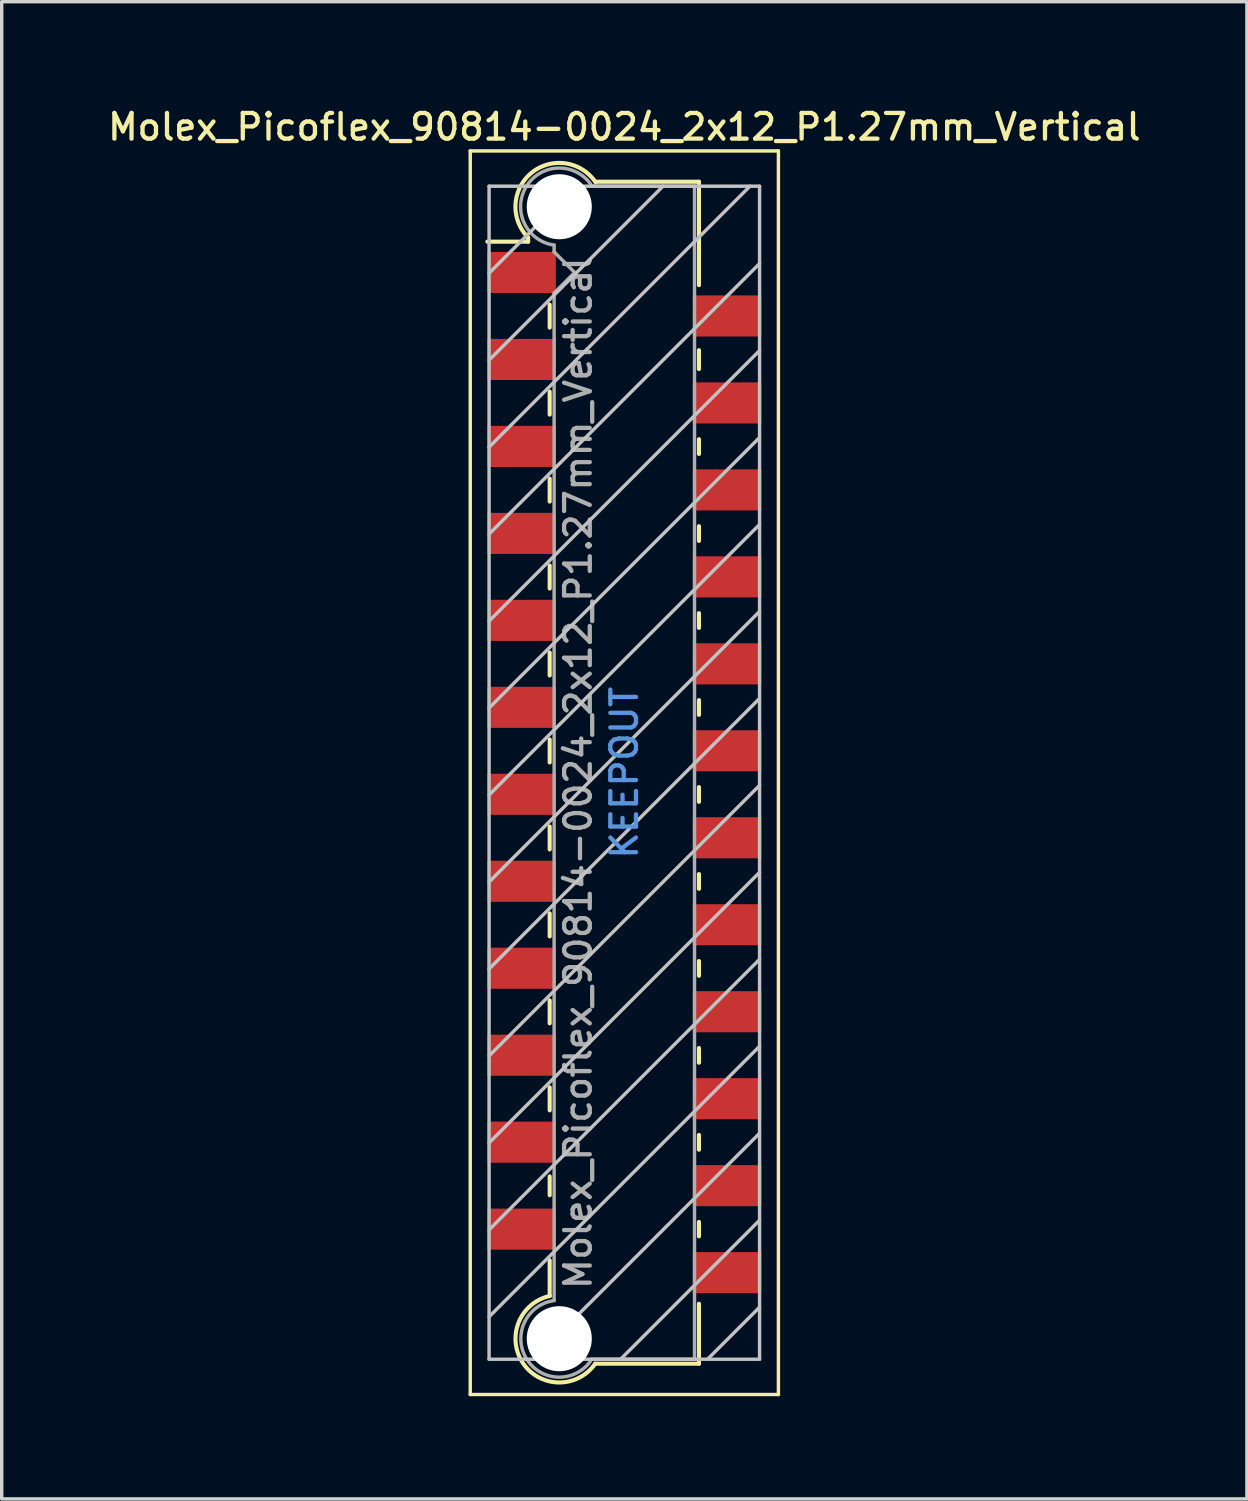
<source format=kicad_pcb>
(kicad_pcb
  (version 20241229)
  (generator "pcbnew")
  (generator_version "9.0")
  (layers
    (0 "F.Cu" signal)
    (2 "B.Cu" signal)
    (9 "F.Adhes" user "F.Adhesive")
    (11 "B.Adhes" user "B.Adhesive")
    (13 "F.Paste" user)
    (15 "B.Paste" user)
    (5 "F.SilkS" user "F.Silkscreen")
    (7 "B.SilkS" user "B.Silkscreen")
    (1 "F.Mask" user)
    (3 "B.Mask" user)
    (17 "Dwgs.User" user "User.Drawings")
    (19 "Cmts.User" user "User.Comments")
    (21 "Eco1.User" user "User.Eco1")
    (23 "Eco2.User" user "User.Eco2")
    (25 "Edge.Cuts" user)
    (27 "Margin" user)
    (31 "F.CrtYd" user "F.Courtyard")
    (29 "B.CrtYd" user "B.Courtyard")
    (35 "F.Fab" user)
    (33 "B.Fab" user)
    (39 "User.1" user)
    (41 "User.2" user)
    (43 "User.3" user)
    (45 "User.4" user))
  (footprint "Molex_Picoflex_90814-0024_2x12_P1.27mm_Vertical"
    (layer "F.Cu")
    (at 15.184 19.518)
    (property "Reference" "Molex_Picoflex_90814-0024_2x12_P1.27mm_Vertical" (at 0 -18.86 0) (layer "F.SilkS") (effects (font (size 0.75 0.75) (thickness 0.125))))
    (attr smd)
    (fp_line (start -4.5 -18.16) (end -4.5 18.16) (stroke (width 0.1) (type solid)) (layer "F.SilkS"))
    (fp_line (start -4.5 18.16) (end 4.5 18.16) (stroke (width 0.1) (type solid)) (layer "F.SilkS"))
    (fp_line (start -2.81 -15.63) (end -2.81 -15.51) (stroke (width 0.12) (type solid)) (layer "F.SilkS"))
    (fp_line (start -2.81 -15.51) (end -4 -15.51) (stroke (width 0.12) (type solid)) (layer "F.SilkS"))
    (fp_line (start -2.18 -13) (end -2.18 -13.67) (stroke (width 0.12) (type solid)) (layer "F.SilkS"))
    (fp_line (start -2.18 -10.46) (end -2.18 -11.13) (stroke (width 0.12) (type solid)) (layer "F.SilkS"))
    (fp_line (start -2.18 -7.92) (end -2.18 -8.59) (stroke (width 0.12) (type solid)) (layer "F.SilkS"))
    (fp_line (start -2.18 -5.38) (end -2.18 -6.05) (stroke (width 0.12) (type solid)) (layer "F.SilkS"))
    (fp_line (start -2.18 -2.84) (end -2.18 -3.51) (stroke (width 0.12) (type solid)) (layer "F.SilkS"))
    (fp_line (start -2.18 -0.3) (end -2.18 -0.97) (stroke (width 0.12) (type solid)) (layer "F.SilkS"))
    (fp_line (start -2.18 2.24) (end -2.18 1.57) (stroke (width 0.12) (type solid)) (layer "F.SilkS"))
    (fp_line (start -2.18 4.78) (end -2.18 4.11) (stroke (width 0.12) (type solid)) (layer "F.SilkS"))
    (fp_line (start -2.18 7.32) (end -2.18 6.65) (stroke (width 0.12) (type solid)) (layer "F.SilkS"))
    (fp_line (start -2.18 9.86) (end -2.18 9.19) (stroke (width 0.12) (type solid)) (layer "F.SilkS"))
    (fp_line (start -2.18 12.34) (end -2.18 11.79) (stroke (width 0.12) (type solid)) (layer "F.SilkS"))
    (fp_line (start -2.18 15.28) (end -2.18 14.24) (stroke (width 0.12) (type solid)) (layer "F.SilkS"))
    (fp_line (start 2.18 -17.26) (end -0.82 -17.26) (stroke (width 0.12) (type solid)) (layer "F.SilkS"))
    (fp_line (start 2.18 -17.26) (end 2.18 -14.24) (stroke (width 0.12) (type solid)) (layer "F.SilkS"))
    (fp_line (start 2.18 -12.34) (end 2.18 -11.79) (stroke (width 0.12) (type solid)) (layer "F.SilkS"))
    (fp_line (start 2.18 -9.74) (end 2.18 -9.31) (stroke (width 0.12) (type solid)) (layer "F.SilkS"))
    (fp_line (start 2.18 -7.2) (end 2.18 -6.77) (stroke (width 0.12) (type solid)) (layer "F.SilkS"))
    (fp_line (start 2.18 -4.66) (end 2.18 -4.23) (stroke (width 0.12) (type solid)) (layer "F.SilkS"))
    (fp_line (start 2.18 -2.12) (end 2.18 -1.69) (stroke (width 0.12) (type solid)) (layer "F.SilkS"))
    (fp_line (start 2.18 0.42) (end 2.18 0.85) (stroke (width 0.12) (type solid)) (layer "F.SilkS"))
    (fp_line (start 2.18 2.96) (end 2.18 3.39) (stroke (width 0.12) (type solid)) (layer "F.SilkS"))
    (fp_line (start 2.18 5.5) (end 2.18 5.93) (stroke (width 0.12) (type solid)) (layer "F.SilkS"))
    (fp_line (start 2.18 8.04) (end 2.18 8.47) (stroke (width 0.12) (type solid)) (layer "F.SilkS"))
    (fp_line (start 2.18 10.58) (end 2.18 11.01) (stroke (width 0.12) (type solid)) (layer "F.SilkS"))
    (fp_line (start 2.18 13.12) (end 2.18 13.54) (stroke (width 0.12) (type solid)) (layer "F.SilkS"))
    (fp_line (start 2.18 15.51) (end 2.18 17.26) (stroke (width 0.12) (type solid)) (layer "F.SilkS"))
    (fp_line (start 2.18 17.26) (end -0.85 17.26) (stroke (width 0.12) (type solid)) (layer "F.SilkS"))
    (fp_line (start 4.5 -18.16) (end -4.5 -18.16) (stroke (width 0.1) (type solid)) (layer "F.SilkS"))
    (fp_line (start 4.5 18.16) (end 4.5 -18.16) (stroke (width 0.1) (type solid)) (layer "F.SilkS"))
    (fp_arc (start -2.81 -15.63) (mid -2.708637 -17.522072) (end -0.834991 -17.239828) (stroke (width 0.12) (type solid)) (layer "F.SilkS"))
    (fp_arc (start -0.85 17.26) (mid -2.962791 17.241248) (end -2.174424 15.280964) (stroke (width 0.12) (type solid)) (layer "F.SilkS"))
    (fp_line (start -3.95 -17.13) (end -3.95 17.13) (stroke (width 0.1) (type solid)) (layer "Dwgs.User"))
    (fp_line (start -3.95 -14.59) (end -1.41 -17.13) (stroke (width 0.1) (type solid)) (layer "Dwgs.User"))
    (fp_line (start -3.95 -12.05) (end 1.13 -17.13) (stroke (width 0.1) (type solid)) (layer "Dwgs.User"))
    (fp_line (start -3.95 -9.51) (end 3.67 -17.13) (stroke (width 0.1) (type solid)) (layer "Dwgs.User"))
    (fp_line (start -3.95 -6.97) (end 3.95 -14.87) (stroke (width 0.1) (type solid)) (layer "Dwgs.User"))
    (fp_line (start -3.95 -4.43) (end 3.95 -12.33) (stroke (width 0.1) (type solid)) (layer "Dwgs.User"))
    (fp_line (start -3.95 -1.89) (end 3.95 -9.79) (stroke (width 0.1) (type solid)) (layer "Dwgs.User"))
    (fp_line (start -3.95 0.65) (end 3.95 -7.25) (stroke (width 0.1) (type solid)) (layer "Dwgs.User"))
    (fp_line (start -3.95 3.19) (end 3.95 -4.71) (stroke (width 0.1) (type solid)) (layer "Dwgs.User"))
    (fp_line (start -3.95 5.73) (end 3.95 -2.17) (stroke (width 0.1) (type solid)) (layer "Dwgs.User"))
    (fp_line (start -3.95 8.27) (end 3.95 0.37) (stroke (width 0.1) (type solid)) (layer "Dwgs.User"))
    (fp_line (start -3.95 10.81) (end 3.95 2.91) (stroke (width 0.1) (type solid)) (layer "Dwgs.User"))
    (fp_line (start -3.95 13.35) (end 3.95 5.45) (stroke (width 0.1) (type solid)) (layer "Dwgs.User"))
    (fp_line (start -3.95 15.89) (end 3.95 7.99) (stroke (width 0.1) (type solid)) (layer "Dwgs.User"))
    (fp_line (start -3.95 17.13) (end 3.95 17.13) (stroke (width 0.1) (type solid)) (layer "Dwgs.User"))
    (fp_line (start -2.65 17.13) (end 3.95 10.53) (stroke (width 0.1) (type solid)) (layer "Dwgs.User"))
    (fp_line (start -0.11 17.13) (end 3.95 13.07) (stroke (width 0.1) (type solid)) (layer "Dwgs.User"))
    (fp_line (start 2.43 17.13) (end 3.95 15.61) (stroke (width 0.1) (type solid)) (layer "Dwgs.User"))
    (fp_line (start 3.95 -17.13) (end -3.95 -17.13) (stroke (width 0.1) (type solid)) (layer "Dwgs.User"))
    (fp_line (start 3.95 17.13) (end 3.95 -17.13) (stroke (width 0.1) (type solid)) (layer "Dwgs.User"))
    (fp_line (start -2.05 -15.21) (end -2.05 -15.41) (stroke (width 0.1) (type solid)) (layer "F.Fab"))
    (fp_line (start -2.05 -14.01) (end -1.45 -14.61) (stroke (width 0.1) (type solid)) (layer "F.Fab"))
    (fp_line (start -2.05 15.41) (end -2.05 -14.01) (stroke (width 0.1) (type solid)) (layer "F.Fab"))
    (fp_line (start -1.45 -14.61) (end -2.05 -15.21) (stroke (width 0.1) (type solid)) (layer "F.Fab"))
    (fp_line (start 2.05 -17.13) (end -0.93 -17.13) (stroke (width 0.1) (type solid)) (layer "F.Fab"))
    (fp_line (start 2.05 -17.13) (end 2.05 17.13) (stroke (width 0.1) (type solid)) (layer "F.Fab"))
    (fp_line (start 2.05 17.13) (end -0.95 17.13) (stroke (width 0.1) (type solid)) (layer "F.Fab"))
    (fp_arc (start -2.05 -15.41) (mid -2.851672 -17.139279) (end -0.945612 -17.135015) (stroke (width 0.1) (type solid)) (layer "F.Fab"))
    (fp_arc (start -0.95 17.13) (mid -2.845272 17.137422) (end -2.051022 15.416585) (stroke (width 0.1) (type solid)) (layer "F.Fab"))
    (fp_text user "KEEPOUT" (at 0 0 90) (layer "Cmts.User") (effects (font (size 0.75 0.75) (thickness 0.125))))
    (fp_text user "${REFERENCE}" (at -1.35 0 90) (layer "F.Fab") (effects (font (size 0.75 0.75) (thickness 0.125))))
    (pad "" np_thru_hole circle (at -1.9 -16.53) (size 1.9 1.9) (drill 1.9) (layers "*.Cu" "*.Mask"))
    (pad "" np_thru_hole circle (at -1.9 16.53) (size 1.9 1.9) (drill 1.9) (layers "*.Cu" "*.Mask"))
    (pad "1" smd rect (at -3 -14.61) (size 2 1.2) (layers "F.Cu" "F.Mask" "F.Paste"))
    (pad "2" smd rect (at 3 -13.34) (size 2 1.2) (layers "F.Cu" "F.Mask" "F.Paste"))
    (pad "3" smd rect (at -3 -12.07) (size 2 1.2) (layers "F.Cu" "F.Mask" "F.Paste"))
    (pad "4" smd rect (at 3 -10.8) (size 2 1.2) (layers "F.Cu" "F.Mask" "F.Paste"))
    (pad "5" smd rect (at -3 -9.53) (size 2 1.2) (layers "F.Cu" "F.Mask" "F.Paste"))
    (pad "6" smd rect (at 3 -8.26) (size 2 1.2) (layers "F.Cu" "F.Mask" "F.Paste"))
    (pad "7" smd rect (at -3 -6.99) (size 2 1.2) (layers "F.Cu" "F.Mask" "F.Paste"))
    (pad "8" smd rect (at 3 -5.72) (size 2 1.2) (layers "F.Cu" "F.Mask" "F.Paste"))
    (pad "9" smd rect (at -3 -4.45) (size 2 1.2) (layers "F.Cu" "F.Mask" "F.Paste"))
    (pad "10" smd rect (at 3 -3.18) (size 2 1.2) (layers "F.Cu" "F.Mask" "F.Paste"))
    (pad "11" smd rect (at -3 -1.91) (size 2 1.2) (layers "F.Cu" "F.Mask" "F.Paste"))
    (pad "12" smd rect (at 3 -0.64) (size 2 1.2) (layers "F.Cu" "F.Mask" "F.Paste"))
    (pad "13" smd rect (at -3 0.63) (size 2 1.2) (layers "F.Cu" "F.Mask" "F.Paste"))
    (pad "14" smd rect (at 3 1.9) (size 2 1.2) (layers "F.Cu" "F.Mask" "F.Paste"))
    (pad "15" smd rect (at -3 3.17) (size 2 1.2) (layers "F.Cu" "F.Mask" "F.Paste"))
    (pad "16" smd rect (at 3 4.44) (size 2 1.2) (layers "F.Cu" "F.Mask" "F.Paste"))
    (pad "17" smd rect (at -3 5.71) (size 2 1.2) (layers "F.Cu" "F.Mask" "F.Paste"))
    (pad "18" smd rect (at 3 6.98) (size 2 1.2) (layers "F.Cu" "F.Mask" "F.Paste"))
    (pad "19" smd rect (at -3 8.25) (size 2 1.2) (layers "F.Cu" "F.Mask" "F.Paste"))
    (pad "20" smd rect (at 3 9.52) (size 2 1.2) (layers "F.Cu" "F.Mask" "F.Paste"))
    (pad "21" smd rect (at -3 10.79) (size 2 1.2) (layers "F.Cu" "F.Mask" "F.Paste"))
    (pad "22" smd rect (at 3 12.06) (size 2 1.2) (layers "F.Cu" "F.Mask" "F.Paste"))
    (pad "23" smd rect (at -3 13.33) (size 2 1.2) (layers "F.Cu" "F.Mask" "F.Paste"))
    (pad "24" smd rect (at 3 14.6) (size 2 1.2) (layers "F.Cu" "F.Mask" "F.Paste")))
  (gr_rect
    (start -3 -3)
    (end 33.368 40.728)
    (stroke (width 0.1) (type default))
    (fill no)
    (layer "Edge.Cuts")))
</source>
